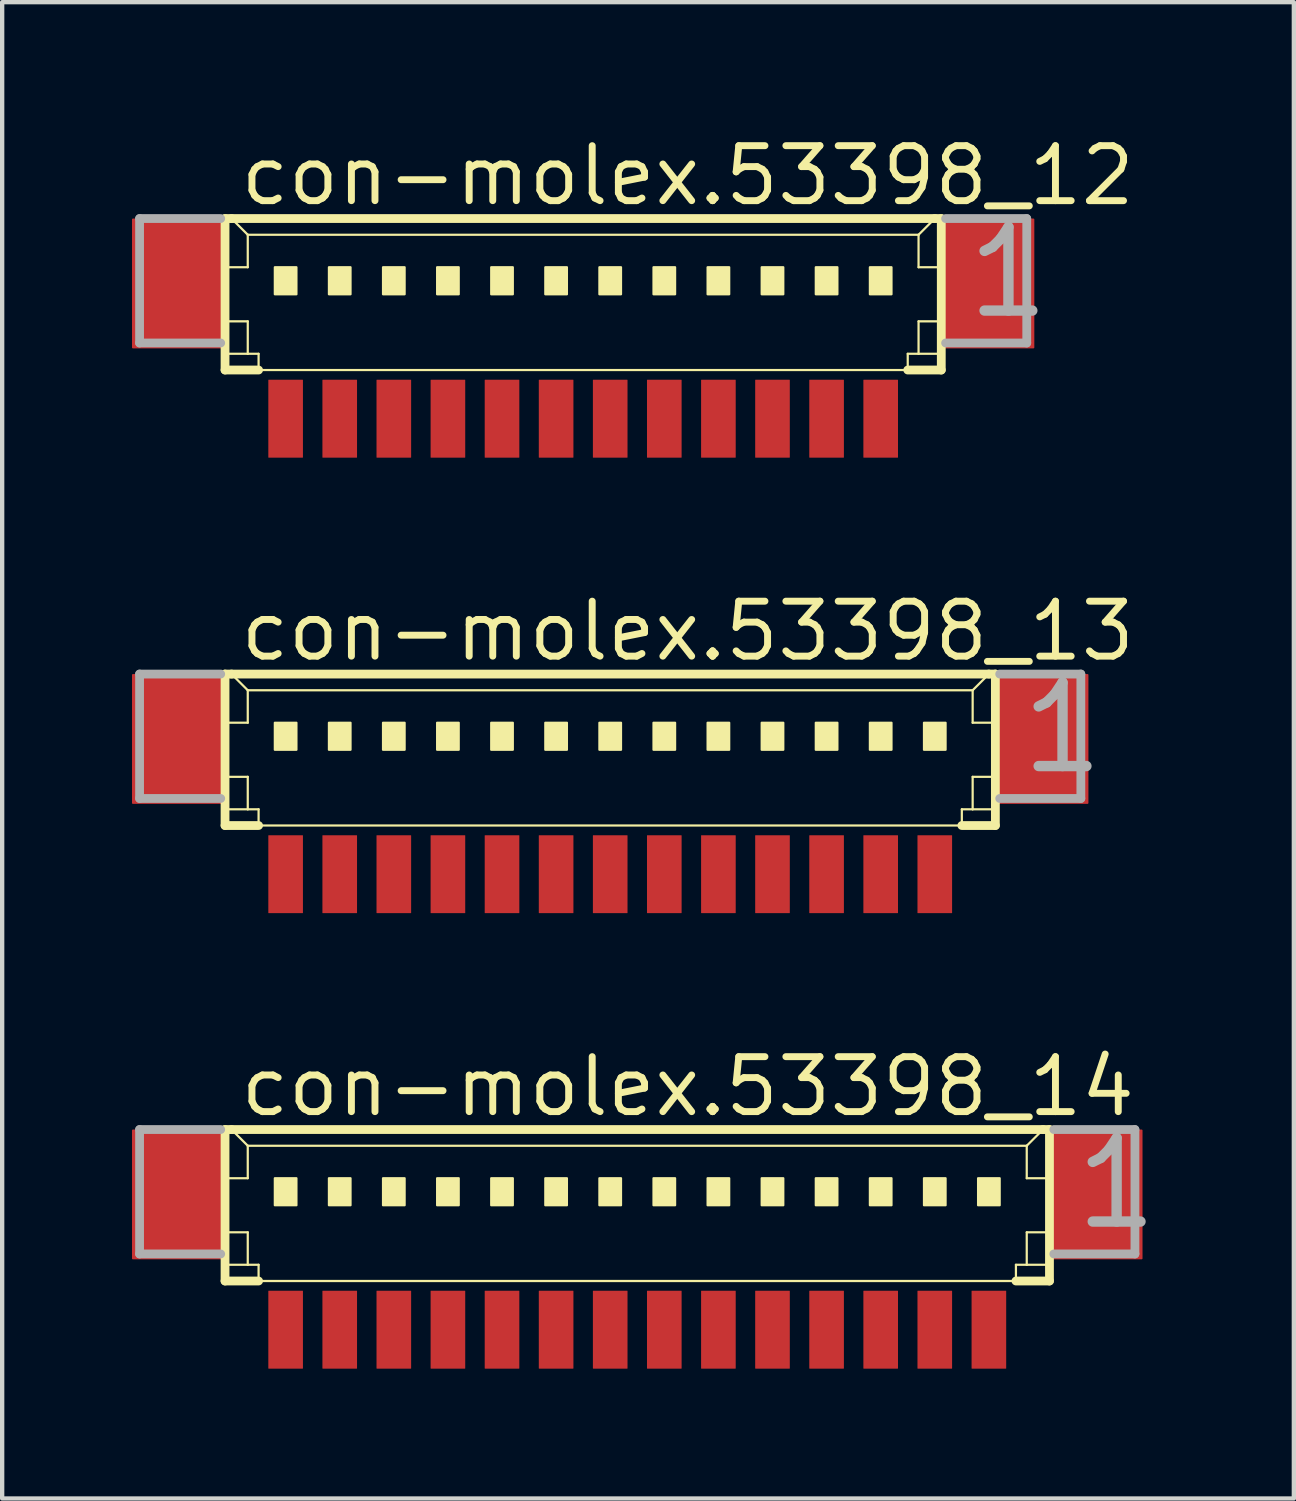
<source format=kicad_pcb>
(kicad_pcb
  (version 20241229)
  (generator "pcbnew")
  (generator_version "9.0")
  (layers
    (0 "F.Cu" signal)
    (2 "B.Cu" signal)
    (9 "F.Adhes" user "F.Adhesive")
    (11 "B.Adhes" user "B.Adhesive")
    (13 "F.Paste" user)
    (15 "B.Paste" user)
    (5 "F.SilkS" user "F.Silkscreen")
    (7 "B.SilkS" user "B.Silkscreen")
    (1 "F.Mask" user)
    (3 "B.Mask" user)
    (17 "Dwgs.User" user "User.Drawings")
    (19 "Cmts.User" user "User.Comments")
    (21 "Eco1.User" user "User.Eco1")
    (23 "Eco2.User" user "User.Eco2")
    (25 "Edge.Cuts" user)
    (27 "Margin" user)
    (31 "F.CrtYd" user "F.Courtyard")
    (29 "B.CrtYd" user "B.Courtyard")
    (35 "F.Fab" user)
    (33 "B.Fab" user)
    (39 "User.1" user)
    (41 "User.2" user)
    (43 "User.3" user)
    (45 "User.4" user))
  (footprint "con-molex.53398_13"
    (layer "F.Cu")
    (at 11.05 14.65)
    (property "Reference" "con-molex.53398_13" (at -8.625 -2.375 0) (layer "F.SilkS") (effects (font (size 1.27 1.27) (thickness 0.16)) (justify left bottom)))
    (attr smd)
    (fp_line (start -8.9 -2.125) (end -8.9 1.375) (stroke (width 0.203) (type default)) (layer "F.SilkS"))
    (fp_line (start -8.9 1.375) (end -8.125 1.375) (stroke (width 0.203) (type default)) (layer "F.SilkS"))
    (fp_line (start -8.875 -1) (end -8.375 -1) (stroke (width 0.051) (type default)) (layer "F.SilkS"))
    (fp_line (start -8.875 0.25) (end -8.375 0.25) (stroke (width 0.051) (type default)) (layer "F.SilkS"))
    (fp_line (start -8.875 1) (end -8.375 1) (stroke (width 0.051) (type default)) (layer "F.SilkS"))
    (fp_line (start -8.75 -2.125) (end -8.9 -2.125) (stroke (width 0.203) (type default)) (layer "F.SilkS"))
    (fp_line (start -8.375 -1.75) (end -8.75 -2.125) (stroke (width 0.051) (type default)) (layer "F.SilkS"))
    (fp_line (start -8.375 -1.75) (end 8.375 -1.75) (stroke (width 0.051) (type default)) (layer "F.SilkS"))
    (fp_line (start -8.375 -1) (end -8.375 -1.75) (stroke (width 0.051) (type default)) (layer "F.SilkS"))
    (fp_line (start -8.375 0.25) (end -8.375 1) (stroke (width 0.051) (type default)) (layer "F.SilkS"))
    (fp_line (start -8.375 1) (end -8.125 1) (stroke (width 0.051) (type default)) (layer "F.SilkS"))
    (fp_line (start -8.125 1) (end -8.125 1.375) (stroke (width 0.051) (type default)) (layer "F.SilkS"))
    (fp_line (start -8.125 1.375) (end 8.125 1.375) (stroke (width 0.051) (type default)) (layer "F.SilkS"))
    (fp_line (start 8.125 1) (end 8.125 1.375) (stroke (width 0.051) (type default)) (layer "F.SilkS"))
    (fp_line (start 8.125 1) (end 8.375 1) (stroke (width 0.051) (type default)) (layer "F.SilkS"))
    (fp_line (start 8.125 1.375) (end 8.9 1.375) (stroke (width 0.203) (type default)) (layer "F.SilkS"))
    (fp_line (start 8.375 -1.75) (end 8.375 -1) (stroke (width 0.051) (type default)) (layer "F.SilkS"))
    (fp_line (start 8.375 -1.75) (end 8.75 -2.125) (stroke (width 0.051) (type default)) (layer "F.SilkS"))
    (fp_line (start 8.375 -1) (end 8.875 -1) (stroke (width 0.051) (type default)) (layer "F.SilkS"))
    (fp_line (start 8.375 0.25) (end 8.375 1) (stroke (width 0.051) (type default)) (layer "F.SilkS"))
    (fp_line (start 8.375 0.25) (end 8.875 0.25) (stroke (width 0.051) (type default)) (layer "F.SilkS"))
    (fp_line (start 8.375 1) (end 8.875 1) (stroke (width 0.051) (type default)) (layer "F.SilkS"))
    (fp_line (start 8.75 -2.125) (end -8.75 -2.125) (stroke (width 0.203) (type default)) (layer "F.SilkS"))
    (fp_line (start 8.9 -2.125) (end 8.75 -2.125) (stroke (width 0.203) (type default)) (layer "F.SilkS"))
    (fp_line (start 8.9 1.375) (end 8.9 -2.125) (stroke (width 0.203) (type default)) (layer "F.SilkS"))
    (fp_rect (start -7.75 -0.375) (end -7.25 -1) (stroke (width 0.05) (type default)) (fill yes) (layer "F.SilkS"))
    (fp_rect (start -6.5 -0.375) (end -6 -1) (stroke (width 0.05) (type default)) (fill yes) (layer "F.SilkS"))
    (fp_rect (start -5.25 -0.375) (end -4.75 -1) (stroke (width 0.05) (type default)) (fill yes) (layer "F.SilkS"))
    (fp_rect (start -4 -0.375) (end -3.5 -1) (stroke (width 0.05) (type default)) (fill yes) (layer "F.SilkS"))
    (fp_rect (start -2.75 -0.375) (end -2.25 -1) (stroke (width 0.05) (type default)) (fill yes) (layer "F.SilkS"))
    (fp_rect (start -1.5 -0.375) (end -1 -1) (stroke (width 0.05) (type default)) (fill yes) (layer "F.SilkS"))
    (fp_rect (start -0.25 -0.375) (end 0.25 -1) (stroke (width 0.05) (type default)) (fill yes) (layer "F.SilkS"))
    (fp_rect (start 1 -0.375) (end 1.5 -1) (stroke (width 0.05) (type default)) (fill yes) (layer "F.SilkS"))
    (fp_rect (start 2.25 -0.375) (end 2.75 -1) (stroke (width 0.05) (type default)) (fill yes) (layer "F.SilkS"))
    (fp_rect (start 3.5 -0.375) (end 4 -1) (stroke (width 0.05) (type default)) (fill yes) (layer "F.SilkS"))
    (fp_rect (start 4.75 -0.375) (end 5.25 -1) (stroke (width 0.05) (type default)) (fill yes) (layer "F.SilkS"))
    (fp_rect (start 6 -0.375) (end 6.5 -1) (stroke (width 0.05) (type default)) (fill yes) (layer "F.SilkS"))
    (fp_rect (start 7.25 -0.375) (end 7.75 -1) (stroke (width 0.05) (type default)) (fill yes) (layer "F.SilkS"))
    (fp_line (start -10.875 -2.125) (end -10.875 0.75) (stroke (width 0.203) (type default)) (layer "F.Fab"))
    (fp_line (start -10.875 0.75) (end -9 0.75) (stroke (width 0.203) (type default)) (layer "F.Fab"))
    (fp_line (start -9 -2.125) (end -10.875 -2.125) (stroke (width 0.203) (type default)) (layer "F.Fab"))
    (fp_line (start 9 0.75) (end 10.875 0.75) (stroke (width 0.203) (type default)) (layer "F.Fab"))
    (fp_line (start 10.875 -2.125) (end 9 -2.125) (stroke (width 0.203) (type default)) (layer "F.Fab"))
    (fp_line (start 10.875 0.75) (end 10.875 -2.125) (stroke (width 0.203) (type default)) (layer "F.Fab"))
    (fp_text user "1" (at 9.375 0.25 0) (layer "F.Fab") (effects (font (size 1.93 1.93) (thickness 0.24)) (justify left bottom)))
    (pad "1" smd roundrect (at 7.5 2.5) (size 0.8 1.8) (layers "F.Cu" "F.Mask" "F.Paste") (roundrect_rratio 0.01))
    (pad "2" smd roundrect (at 6.25 2.5) (size 0.8 1.8) (layers "F.Cu" "F.Mask" "F.Paste") (roundrect_rratio 0.01))
    (pad "3" smd roundrect (at 5 2.5) (size 0.8 1.8) (layers "F.Cu" "F.Mask" "F.Paste") (roundrect_rratio 0.01))
    (pad "4" smd roundrect (at 3.75 2.5) (size 0.8 1.8) (layers "F.Cu" "F.Mask" "F.Paste") (roundrect_rratio 0.01))
    (pad "5" smd roundrect (at 2.5 2.5) (size 0.8 1.8) (layers "F.Cu" "F.Mask" "F.Paste") (roundrect_rratio 0.01))
    (pad "6" smd roundrect (at 1.25 2.5) (size 0.8 1.8) (layers "F.Cu" "F.Mask" "F.Paste") (roundrect_rratio 0.01))
    (pad "7" smd roundrect (at 0 2.5) (size 0.8 1.8) (layers "F.Cu" "F.Mask" "F.Paste") (roundrect_rratio 0.01))
    (pad "8" smd roundrect (at -1.25 2.5) (size 0.8 1.8) (layers "F.Cu" "F.Mask" "F.Paste") (roundrect_rratio 0.01))
    (pad "9" smd roundrect (at -2.5 2.5) (size 0.8 1.8) (layers "F.Cu" "F.Mask" "F.Paste") (roundrect_rratio 0.01))
    (pad "10" smd roundrect (at -3.75 2.5) (size 0.8 1.8) (layers "F.Cu" "F.Mask" "F.Paste") (roundrect_rratio 0.01))
    (pad "11" smd roundrect (at -5 2.5) (size 0.8 1.8) (layers "F.Cu" "F.Mask" "F.Paste") (roundrect_rratio 0.01))
    (pad "12" smd roundrect (at -6.25 2.5) (size 0.8 1.8) (layers "F.Cu" "F.Mask" "F.Paste") (roundrect_rratio 0.01))
    (pad "13" smd roundrect (at -7.5 2.5) (size 0.8 1.8) (layers "F.Cu" "F.Mask" "F.Paste") (roundrect_rratio 0.01))
    (pad "S1" smd roundrect (at 10 -0.625) (size 2.1 3) (layers "F.Cu" "F.Mask" "F.Paste") (roundrect_rratio 0.01))
    (pad "S2" smd roundrect (at -10 -0.625) (size 2.1 3) (layers "F.Cu" "F.Mask" "F.Paste") (roundrect_rratio 0.01)))
  (footprint "con-molex.53398_12"
    (layer "F.Cu")
    (at 10.425 4.125)
    (property "Reference" "con-molex.53398_12" (at -8 -2.375 0) (layer "F.SilkS") (effects (font (size 1.27 1.27) (thickness 0.16)) (justify left bottom)))
    (attr smd)
    (fp_line (start -8.275 -2.125) (end -8.275 1.375) (stroke (width 0.203) (type default)) (layer "F.SilkS"))
    (fp_line (start -8.275 1.375) (end -7.5 1.375) (stroke (width 0.203) (type default)) (layer "F.SilkS"))
    (fp_line (start -8.25 -1) (end -7.75 -1) (stroke (width 0.051) (type default)) (layer "F.SilkS"))
    (fp_line (start -8.25 0.25) (end -7.75 0.25) (stroke (width 0.051) (type default)) (layer "F.SilkS"))
    (fp_line (start -8.25 1) (end -7.75 1) (stroke (width 0.051) (type default)) (layer "F.SilkS"))
    (fp_line (start -8.125 -2.125) (end -8.275 -2.125) (stroke (width 0.203) (type default)) (layer "F.SilkS"))
    (fp_line (start -7.75 -1.75) (end -8.125 -2.125) (stroke (width 0.051) (type default)) (layer "F.SilkS"))
    (fp_line (start -7.75 -1.75) (end 7.75 -1.75) (stroke (width 0.051) (type default)) (layer "F.SilkS"))
    (fp_line (start -7.75 -1) (end -7.75 -1.75) (stroke (width 0.051) (type default)) (layer "F.SilkS"))
    (fp_line (start -7.75 0.25) (end -7.75 1) (stroke (width 0.051) (type default)) (layer "F.SilkS"))
    (fp_line (start -7.75 1) (end -7.5 1) (stroke (width 0.051) (type default)) (layer "F.SilkS"))
    (fp_line (start -7.5 1) (end -7.5 1.375) (stroke (width 0.051) (type default)) (layer "F.SilkS"))
    (fp_line (start -7.5 1.375) (end 7.5 1.375) (stroke (width 0.051) (type default)) (layer "F.SilkS"))
    (fp_line (start 7.5 1) (end 7.5 1.375) (stroke (width 0.051) (type default)) (layer "F.SilkS"))
    (fp_line (start 7.5 1) (end 7.75 1) (stroke (width 0.051) (type default)) (layer "F.SilkS"))
    (fp_line (start 7.5 1.375) (end 8.275 1.375) (stroke (width 0.203) (type default)) (layer "F.SilkS"))
    (fp_line (start 7.75 -1.75) (end 7.75 -1) (stroke (width 0.051) (type default)) (layer "F.SilkS"))
    (fp_line (start 7.75 -1.75) (end 8.125 -2.125) (stroke (width 0.051) (type default)) (layer "F.SilkS"))
    (fp_line (start 7.75 -1) (end 8.25 -1) (stroke (width 0.051) (type default)) (layer "F.SilkS"))
    (fp_line (start 7.75 0.25) (end 7.75 1) (stroke (width 0.051) (type default)) (layer "F.SilkS"))
    (fp_line (start 7.75 0.25) (end 8.25 0.25) (stroke (width 0.051) (type default)) (layer "F.SilkS"))
    (fp_line (start 7.75 1) (end 8.25 1) (stroke (width 0.051) (type default)) (layer "F.SilkS"))
    (fp_line (start 8.125 -2.125) (end -8.125 -2.125) (stroke (width 0.203) (type default)) (layer "F.SilkS"))
    (fp_line (start 8.275 -2.125) (end 8.125 -2.125) (stroke (width 0.203) (type default)) (layer "F.SilkS"))
    (fp_line (start 8.275 1.375) (end 8.275 -2.125) (stroke (width 0.203) (type default)) (layer "F.SilkS"))
    (fp_rect (start -7.125 -0.375) (end -6.625 -1) (stroke (width 0.05) (type default)) (fill yes) (layer "F.SilkS"))
    (fp_rect (start -5.875 -0.375) (end -5.375 -1) (stroke (width 0.05) (type default)) (fill yes) (layer "F.SilkS"))
    (fp_rect (start -4.625 -0.375) (end -4.125 -1) (stroke (width 0.05) (type default)) (fill yes) (layer "F.SilkS"))
    (fp_rect (start -3.375 -0.375) (end -2.875 -1) (stroke (width 0.05) (type default)) (fill yes) (layer "F.SilkS"))
    (fp_rect (start -2.125 -0.375) (end -1.625 -1) (stroke (width 0.05) (type default)) (fill yes) (layer "F.SilkS"))
    (fp_rect (start -0.875 -0.375) (end -0.375 -1) (stroke (width 0.05) (type default)) (fill yes) (layer "F.SilkS"))
    (fp_rect (start 0.375 -0.375) (end 0.875 -1) (stroke (width 0.05) (type default)) (fill yes) (layer "F.SilkS"))
    (fp_rect (start 1.625 -0.375) (end 2.125 -1) (stroke (width 0.05) (type default)) (fill yes) (layer "F.SilkS"))
    (fp_rect (start 2.875 -0.375) (end 3.375 -1) (stroke (width 0.05) (type default)) (fill yes) (layer "F.SilkS"))
    (fp_rect (start 4.125 -0.375) (end 4.625 -1) (stroke (width 0.05) (type default)) (fill yes) (layer "F.SilkS"))
    (fp_rect (start 5.375 -0.375) (end 5.875 -1) (stroke (width 0.05) (type default)) (fill yes) (layer "F.SilkS"))
    (fp_rect (start 6.625 -0.375) (end 7.125 -1) (stroke (width 0.05) (type default)) (fill yes) (layer "F.SilkS"))
    (fp_line (start -10.25 -2.125) (end -10.25 0.75) (stroke (width 0.203) (type default)) (layer "F.Fab"))
    (fp_line (start -10.25 0.75) (end -8.375 0.75) (stroke (width 0.203) (type default)) (layer "F.Fab"))
    (fp_line (start -8.375 -2.125) (end -10.25 -2.125) (stroke (width 0.203) (type default)) (layer "F.Fab"))
    (fp_line (start 8.375 0.75) (end 10.25 0.75) (stroke (width 0.203) (type default)) (layer "F.Fab"))
    (fp_line (start 10.25 -2.125) (end 8.375 -2.125) (stroke (width 0.203) (type default)) (layer "F.Fab"))
    (fp_line (start 10.25 0.75) (end 10.25 -2.125) (stroke (width 0.203) (type default)) (layer "F.Fab"))
    (fp_text user "1" (at 8.75 0.25 0) (layer "F.Fab") (effects (font (size 1.93 1.93) (thickness 0.24)) (justify left bottom)))
    (pad "1" smd roundrect (at 6.875 2.5) (size 0.8 1.8) (layers "F.Cu" "F.Mask" "F.Paste") (roundrect_rratio 0.01))
    (pad "2" smd roundrect (at 5.625 2.5) (size 0.8 1.8) (layers "F.Cu" "F.Mask" "F.Paste") (roundrect_rratio 0.01))
    (pad "3" smd roundrect (at 4.375 2.5) (size 0.8 1.8) (layers "F.Cu" "F.Mask" "F.Paste") (roundrect_rratio 0.01))
    (pad "4" smd roundrect (at 3.125 2.5) (size 0.8 1.8) (layers "F.Cu" "F.Mask" "F.Paste") (roundrect_rratio 0.01))
    (pad "5" smd roundrect (at 1.875 2.5) (size 0.8 1.8) (layers "F.Cu" "F.Mask" "F.Paste") (roundrect_rratio 0.01))
    (pad "6" smd roundrect (at 0.625 2.5) (size 0.8 1.8) (layers "F.Cu" "F.Mask" "F.Paste") (roundrect_rratio 0.01))
    (pad "7" smd roundrect (at -0.625 2.5) (size 0.8 1.8) (layers "F.Cu" "F.Mask" "F.Paste") (roundrect_rratio 0.01))
    (pad "8" smd roundrect (at -1.875 2.5) (size 0.8 1.8) (layers "F.Cu" "F.Mask" "F.Paste") (roundrect_rratio 0.01))
    (pad "9" smd roundrect (at -3.125 2.5) (size 0.8 1.8) (layers "F.Cu" "F.Mask" "F.Paste") (roundrect_rratio 0.01))
    (pad "10" smd roundrect (at -4.375 2.5) (size 0.8 1.8) (layers "F.Cu" "F.Mask" "F.Paste") (roundrect_rratio 0.01))
    (pad "11" smd roundrect (at -5.625 2.5) (size 0.8 1.8) (layers "F.Cu" "F.Mask" "F.Paste") (roundrect_rratio 0.01))
    (pad "12" smd roundrect (at -6.875 2.5) (size 0.8 1.8) (layers "F.Cu" "F.Mask" "F.Paste") (roundrect_rratio 0.01))
    (pad "S1" smd roundrect (at 9.375 -0.625) (size 2.1 3) (layers "F.Cu" "F.Mask" "F.Paste") (roundrect_rratio 0.01))
    (pad "S2" smd roundrect (at -9.375 -0.625) (size 2.1 3) (layers "F.Cu" "F.Mask" "F.Paste") (roundrect_rratio 0.01)))
  (footprint "con-molex.53398_14"
    (layer "F.Cu")
    (at 11.675 25.175)
    (property "Reference" "con-molex.53398_14" (at -9.25 -2.375 0) (layer "F.SilkS") (effects (font (size 1.27 1.27) (thickness 0.16)) (justify left bottom)))
    (attr smd)
    (fp_line (start -9.525 -2.125) (end -9.525 1.375) (stroke (width 0.203) (type default)) (layer "F.SilkS"))
    (fp_line (start -9.525 1.375) (end -8.75 1.375) (stroke (width 0.203) (type default)) (layer "F.SilkS"))
    (fp_line (start -9.5 -1) (end -9 -1) (stroke (width 0.051) (type default)) (layer "F.SilkS"))
    (fp_line (start -9.5 0.25) (end -9 0.25) (stroke (width 0.051) (type default)) (layer "F.SilkS"))
    (fp_line (start -9.5 1) (end -9 1) (stroke (width 0.051) (type default)) (layer "F.SilkS"))
    (fp_line (start -9.375 -2.125) (end -9.525 -2.125) (stroke (width 0.203) (type default)) (layer "F.SilkS"))
    (fp_line (start -9 -1.75) (end -9.375 -2.125) (stroke (width 0.051) (type default)) (layer "F.SilkS"))
    (fp_line (start -9 -1.75) (end 9 -1.75) (stroke (width 0.051) (type default)) (layer "F.SilkS"))
    (fp_line (start -9 -1) (end -9 -1.75) (stroke (width 0.051) (type default)) (layer "F.SilkS"))
    (fp_line (start -9 0.25) (end -9 1) (stroke (width 0.051) (type default)) (layer "F.SilkS"))
    (fp_line (start -9 1) (end -8.75 1) (stroke (width 0.051) (type default)) (layer "F.SilkS"))
    (fp_line (start -8.75 1) (end -8.75 1.375) (stroke (width 0.051) (type default)) (layer "F.SilkS"))
    (fp_line (start -8.75 1.375) (end 8.75 1.375) (stroke (width 0.051) (type default)) (layer "F.SilkS"))
    (fp_line (start 8.75 1) (end 8.75 1.375) (stroke (width 0.051) (type default)) (layer "F.SilkS"))
    (fp_line (start 8.75 1) (end 9 1) (stroke (width 0.051) (type default)) (layer "F.SilkS"))
    (fp_line (start 8.75 1.375) (end 9.525 1.375) (stroke (width 0.203) (type default)) (layer "F.SilkS"))
    (fp_line (start 9 -1.75) (end 9 -1) (stroke (width 0.051) (type default)) (layer "F.SilkS"))
    (fp_line (start 9 -1.75) (end 9.375 -2.125) (stroke (width 0.051) (type default)) (layer "F.SilkS"))
    (fp_line (start 9 -1) (end 9.5 -1) (stroke (width 0.051) (type default)) (layer "F.SilkS"))
    (fp_line (start 9 0.25) (end 9 1) (stroke (width 0.051) (type default)) (layer "F.SilkS"))
    (fp_line (start 9 0.25) (end 9.5 0.25) (stroke (width 0.051) (type default)) (layer "F.SilkS"))
    (fp_line (start 9 1) (end 9.5 1) (stroke (width 0.051) (type default)) (layer "F.SilkS"))
    (fp_line (start 9.375 -2.125) (end -9.375 -2.125) (stroke (width 0.203) (type default)) (layer "F.SilkS"))
    (fp_line (start 9.525 -2.125) (end 9.375 -2.125) (stroke (width 0.203) (type default)) (layer "F.SilkS"))
    (fp_line (start 9.525 1.375) (end 9.525 -2.125) (stroke (width 0.203) (type default)) (layer "F.SilkS"))
    (fp_rect (start -8.375 -0.375) (end -7.875 -1) (stroke (width 0.05) (type default)) (fill yes) (layer "F.SilkS"))
    (fp_rect (start -7.125 -0.375) (end -6.625 -1) (stroke (width 0.05) (type default)) (fill yes) (layer "F.SilkS"))
    (fp_rect (start -5.875 -0.375) (end -5.375 -1) (stroke (width 0.05) (type default)) (fill yes) (layer "F.SilkS"))
    (fp_rect (start -4.625 -0.375) (end -4.125 -1) (stroke (width 0.05) (type default)) (fill yes) (layer "F.SilkS"))
    (fp_rect (start -3.375 -0.375) (end -2.875 -1) (stroke (width 0.05) (type default)) (fill yes) (layer "F.SilkS"))
    (fp_rect (start -2.125 -0.375) (end -1.625 -1) (stroke (width 0.05) (type default)) (fill yes) (layer "F.SilkS"))
    (fp_rect (start -0.875 -0.375) (end -0.375 -1) (stroke (width 0.05) (type default)) (fill yes) (layer "F.SilkS"))
    (fp_rect (start 0.375 -0.375) (end 0.875 -1) (stroke (width 0.05) (type default)) (fill yes) (layer "F.SilkS"))
    (fp_rect (start 1.625 -0.375) (end 2.125 -1) (stroke (width 0.05) (type default)) (fill yes) (layer "F.SilkS"))
    (fp_rect (start 2.875 -0.375) (end 3.375 -1) (stroke (width 0.05) (type default)) (fill yes) (layer "F.SilkS"))
    (fp_rect (start 4.125 -0.375) (end 4.625 -1) (stroke (width 0.05) (type default)) (fill yes) (layer "F.SilkS"))
    (fp_rect (start 5.375 -0.375) (end 5.875 -1) (stroke (width 0.05) (type default)) (fill yes) (layer "F.SilkS"))
    (fp_rect (start 6.625 -0.375) (end 7.125 -1) (stroke (width 0.05) (type default)) (fill yes) (layer "F.SilkS"))
    (fp_rect (start 7.875 -0.375) (end 8.375 -1) (stroke (width 0.05) (type default)) (fill yes) (layer "F.SilkS"))
    (fp_line (start -11.5 -2.125) (end -11.5 0.75) (stroke (width 0.203) (type default)) (layer "F.Fab"))
    (fp_line (start -11.5 0.75) (end -9.625 0.75) (stroke (width 0.203) (type default)) (layer "F.Fab"))
    (fp_line (start -9.625 -2.125) (end -11.5 -2.125) (stroke (width 0.203) (type default)) (layer "F.Fab"))
    (fp_line (start 9.625 0.75) (end 11.5 0.75) (stroke (width 0.203) (type default)) (layer "F.Fab"))
    (fp_line (start 11.5 -2.125) (end 9.625 -2.125) (stroke (width 0.203) (type default)) (layer "F.Fab"))
    (fp_line (start 11.5 0.75) (end 11.5 -2.125) (stroke (width 0.203) (type default)) (layer "F.Fab"))
    (fp_text user "1" (at 10 0.25 0) (layer "F.Fab") (effects (font (size 1.93 1.93) (thickness 0.24)) (justify left bottom)))
    (pad "1" smd roundrect (at 8.125 2.5) (size 0.8 1.8) (layers "F.Cu" "F.Mask" "F.Paste") (roundrect_rratio 0.01))
    (pad "2" smd roundrect (at 6.875 2.5) (size 0.8 1.8) (layers "F.Cu" "F.Mask" "F.Paste") (roundrect_rratio 0.01))
    (pad "3" smd roundrect (at 5.625 2.5) (size 0.8 1.8) (layers "F.Cu" "F.Mask" "F.Paste") (roundrect_rratio 0.01))
    (pad "4" smd roundrect (at 4.375 2.5) (size 0.8 1.8) (layers "F.Cu" "F.Mask" "F.Paste") (roundrect_rratio 0.01))
    (pad "5" smd roundrect (at 3.125 2.5) (size 0.8 1.8) (layers "F.Cu" "F.Mask" "F.Paste") (roundrect_rratio 0.01))
    (pad "6" smd roundrect (at 1.875 2.5) (size 0.8 1.8) (layers "F.Cu" "F.Mask" "F.Paste") (roundrect_rratio 0.01))
    (pad "7" smd roundrect (at 0.625 2.5) (size 0.8 1.8) (layers "F.Cu" "F.Mask" "F.Paste") (roundrect_rratio 0.01))
    (pad "8" smd roundrect (at -0.625 2.5) (size 0.8 1.8) (layers "F.Cu" "F.Mask" "F.Paste") (roundrect_rratio 0.01))
    (pad "9" smd roundrect (at -1.875 2.5) (size 0.8 1.8) (layers "F.Cu" "F.Mask" "F.Paste") (roundrect_rratio 0.01))
    (pad "10" smd roundrect (at -3.125 2.5) (size 0.8 1.8) (layers "F.Cu" "F.Mask" "F.Paste") (roundrect_rratio 0.01))
    (pad "11" smd roundrect (at -4.375 2.5) (size 0.8 1.8) (layers "F.Cu" "F.Mask" "F.Paste") (roundrect_rratio 0.01))
    (pad "12" smd roundrect (at -5.625 2.5) (size 0.8 1.8) (layers "F.Cu" "F.Mask" "F.Paste") (roundrect_rratio 0.01))
    (pad "13" smd roundrect (at -6.875 2.5) (size 0.8 1.8) (layers "F.Cu" "F.Mask" "F.Paste") (roundrect_rratio 0.01))
    (pad "14" smd roundrect (at -8.125 2.5) (size 0.8 1.8) (layers "F.Cu" "F.Mask" "F.Paste") (roundrect_rratio 0.01))
    (pad "S1" smd roundrect (at 10.625 -0.625) (size 2.1 3) (layers "F.Cu" "F.Mask" "F.Paste") (roundrect_rratio 0.01))
    (pad "S2" smd roundrect (at -10.625 -0.625) (size 2.1 3) (layers "F.Cu" "F.Mask" "F.Paste") (roundrect_rratio 0.01)))
  (gr_rect
    (start -3 -3)
    (end 26.847 31.575)
    (stroke (width 0.1) (type default))
    (fill no)
    (layer "Edge.Cuts")))
</source>
